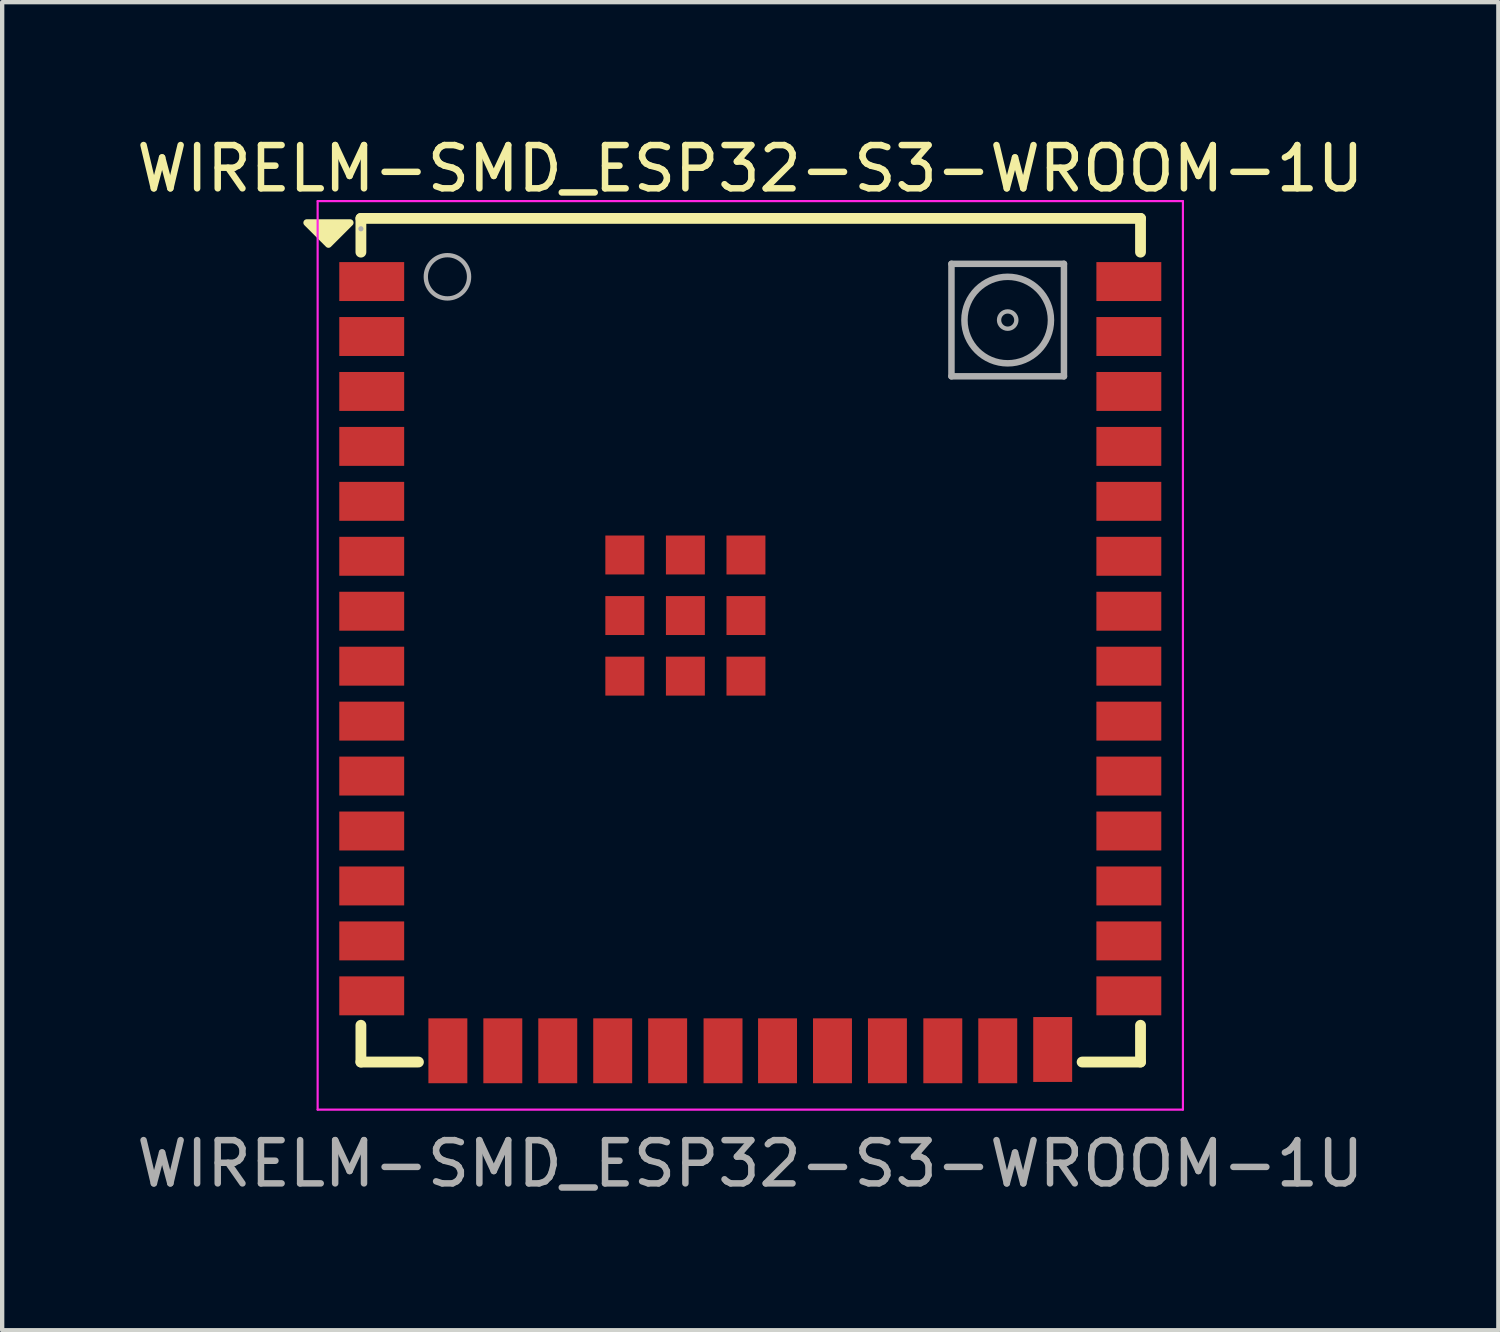
<source format=kicad_pcb>
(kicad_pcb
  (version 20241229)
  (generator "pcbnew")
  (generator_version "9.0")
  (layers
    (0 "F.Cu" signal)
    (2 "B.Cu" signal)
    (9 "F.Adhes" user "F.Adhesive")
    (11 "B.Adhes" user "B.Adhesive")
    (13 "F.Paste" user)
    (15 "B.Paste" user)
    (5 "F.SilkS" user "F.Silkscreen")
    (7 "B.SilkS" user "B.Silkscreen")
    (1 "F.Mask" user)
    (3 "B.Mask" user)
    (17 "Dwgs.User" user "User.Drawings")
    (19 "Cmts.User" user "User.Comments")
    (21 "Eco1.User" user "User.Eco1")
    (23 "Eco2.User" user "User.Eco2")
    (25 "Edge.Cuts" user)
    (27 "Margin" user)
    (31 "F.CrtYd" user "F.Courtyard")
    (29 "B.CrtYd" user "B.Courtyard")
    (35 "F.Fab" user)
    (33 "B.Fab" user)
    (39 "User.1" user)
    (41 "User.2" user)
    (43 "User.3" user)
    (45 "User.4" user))
  (footprint "WIRELM-SMD_ESP32-S3-WROOM-1U"
    (layer "F.Cu")
    (at 14.292 12.348)
    (property "Reference" "WIRELM-SMD_ESP32-S3-WROOM-1U" (at 0 -11.5 0) (layer "F.SilkS") (effects (font (size 1 1) (thickness 0.15))))
    (attr smd)
    (fp_line (start -9 -10.35) (end -9 -9.57) (stroke (width 0.25) (type solid)) (layer "F.SilkS"))
    (fp_line (start -9 -10.35) (end 9.02 -10.35) (stroke (width 0.25) (type solid)) (layer "F.SilkS"))
    (fp_line (start -9 8.3) (end -9 9.15) (stroke (width 0.25) (type solid)) (layer "F.SilkS"))
    (fp_line (start -9 9.15) (end -7.67 9.15) (stroke (width 0.25) (type solid)) (layer "F.SilkS"))
    (fp_line (start 7.67 9.15) (end 9.02 9.15) (stroke (width 0.25) (type solid)) (layer "F.SilkS"))
    (fp_line (start 9.02 -9.57) (end 9.02 -10.35) (stroke (width 0.25) (type solid)) (layer "F.SilkS"))
    (fp_line (start 9.02 9.15) (end 9.02 8.3) (stroke (width 0.25) (type solid)) (layer "F.SilkS"))
    (fp_poly (pts (xy -9.25 -10.25) (xy -9.75 -9.75) (xy -10.25 -10.25)) (stroke (width 0.16) (type solid)) (fill yes) (layer "F.SilkS"))
    (fp_line (start -10 -10.75) (end 10 -10.75) (stroke (width 0.05) (type default)) (layer "F.CrtYd"))
    (fp_line (start -10 10.25) (end -10 -10.75) (stroke (width 0.05) (type default)) (layer "F.CrtYd"))
    (fp_line (start 10 -10.75) (end 10 10.25) (stroke (width 0.05) (type default)) (layer "F.CrtYd"))
    (fp_line (start 10 10.25) (end -10 10.25) (stroke (width 0.05) (type default)) (layer "F.CrtYd"))
    (fp_line (start 4.65 -9.3) (end 7.25 -9.3) (stroke (width 0.15) (type solid)) (layer "F.Fab"))
    (fp_line (start 4.65 -6.7) (end 4.65 -9.3) (stroke (width 0.15) (type solid)) (layer "F.Fab"))
    (fp_line (start 7.25 -9.3) (end 7.25 -6.7) (stroke (width 0.15) (type solid)) (layer "F.Fab"))
    (fp_line (start 7.25 -6.7) (end 4.65 -6.7) (stroke (width 0.15) (type solid)) (layer "F.Fab"))
    (fp_circle (center -9 -10.11) (end -8.97 -10.11) (stroke (width 0.06) (type solid)) (fill no) (layer "F.Fab"))
    (fp_circle (center -7 -9) (end -6.5 -9) (stroke (width 0.1) (type default)) (fill no) (layer "F.Fab"))
    (fp_circle (center 5.95 -8) (end 5.95 -7.8) (stroke (width 0.1) (type solid)) (fill no) (layer "F.Fab"))
    (fp_circle (center 5.95 -8) (end 6.95 -8) (stroke (width 0.15) (type solid)) (fill no) (layer "F.Fab"))
    (fp_text user "${REFERENCE}" (at 0 11.5 0) (layer "F.Fab") (effects (font (size 1 1) (thickness 0.15))))
    (pad "1" smd rect (at -8.75 -8.89) (size 1.5 0.9) (layers "F.Cu" "F.Mask" "F.Paste"))
    (pad "2" smd rect (at -8.75 -7.62) (size 1.5 0.9) (layers "F.Cu" "F.Mask" "F.Paste"))
    (pad "3" smd rect (at -8.75 -6.35) (size 1.5 0.9) (layers "F.Cu" "F.Mask" "F.Paste"))
    (pad "4" smd rect (at -8.75 -5.08) (size 1.5 0.9) (layers "F.Cu" "F.Mask" "F.Paste"))
    (pad "5" smd rect (at -8.75 -3.81) (size 1.5 0.9) (layers "F.Cu" "F.Mask" "F.Paste"))
    (pad "6" smd rect (at -8.75 -2.54) (size 1.5 0.9) (layers "F.Cu" "F.Mask" "F.Paste"))
    (pad "7" smd rect (at -8.75 -1.27) (size 1.5 0.9) (layers "F.Cu" "F.Mask" "F.Paste"))
    (pad "8" smd rect (at -8.75 0) (size 1.5 0.9) (layers "F.Cu" "F.Mask" "F.Paste"))
    (pad "9" smd rect (at -8.75 1.27) (size 1.5 0.9) (layers "F.Cu" "F.Mask" "F.Paste"))
    (pad "10" smd rect (at -8.75 2.54) (size 1.5 0.9) (layers "F.Cu" "F.Mask" "F.Paste"))
    (pad "11" smd rect (at -8.75 3.81) (size 1.5 0.9) (layers "F.Cu" "F.Mask" "F.Paste"))
    (pad "12" smd rect (at -8.75 5.08) (size 1.5 0.9) (layers "F.Cu" "F.Mask" "F.Paste"))
    (pad "13" smd rect (at -8.75 6.35) (size 1.5 0.9) (layers "F.Cu" "F.Mask" "F.Paste"))
    (pad "14" smd rect (at -8.75 7.62) (size 1.5 0.9) (layers "F.Cu" "F.Mask" "F.Paste"))
    (pad "15" smd rect (at -6.99 8.89 90) (size 1.5 0.9) (layers "F.Cu" "F.Mask" "F.Paste"))
    (pad "16" smd rect (at -5.72 8.89 90) (size 1.5 0.9) (layers "F.Cu" "F.Mask" "F.Paste"))
    (pad "17" smd rect (at -4.45 8.89 90) (size 1.5 0.9) (layers "F.Cu" "F.Mask" "F.Paste"))
    (pad "18" smd rect (at -3.18 8.89 90) (size 1.5 0.9) (layers "F.Cu" "F.Mask" "F.Paste"))
    (pad "19" smd rect (at -1.91 8.89 90) (size 1.5 0.9) (layers "F.Cu" "F.Mask" "F.Paste"))
    (pad "20" smd rect (at -0.63 8.89 90) (size 1.5 0.9) (layers "F.Cu" "F.Mask" "F.Paste"))
    (pad "21" smd rect (at 0.63 8.89 90) (size 1.5 0.9) (layers "F.Cu" "F.Mask" "F.Paste"))
    (pad "22" smd rect (at 1.9 8.89 90) (size 1.5 0.9) (layers "F.Cu" "F.Mask" "F.Paste"))
    (pad "23" smd rect (at 3.17 8.89 90) (size 1.5 0.9) (layers "F.Cu" "F.Mask" "F.Paste"))
    (pad "24" smd rect (at 4.45 8.89 90) (size 1.5 0.9) (layers "F.Cu" "F.Mask" "F.Paste"))
    (pad "25" smd rect (at 5.72 8.89 90) (size 1.5 0.9) (layers "F.Cu" "F.Mask" "F.Paste"))
    (pad "26" smd rect (at 6.99 8.86 90) (size 1.5 0.9) (layers "F.Cu" "F.Mask" "F.Paste"))
    (pad "27" smd rect (at 8.75 7.62 180) (size 1.5 0.9) (layers "F.Cu" "F.Mask" "F.Paste"))
    (pad "28" smd rect (at 8.75 6.35 180) (size 1.5 0.9) (layers "F.Cu" "F.Mask" "F.Paste"))
    (pad "29" smd rect (at 8.75 5.08 180) (size 1.5 0.9) (layers "F.Cu" "F.Mask" "F.Paste"))
    (pad "30" smd rect (at 8.75 3.81 180) (size 1.5 0.9) (layers "F.Cu" "F.Mask" "F.Paste"))
    (pad "31" smd rect (at 8.75 2.54 180) (size 1.5 0.9) (layers "F.Cu" "F.Mask" "F.Paste"))
    (pad "32" smd rect (at 8.75 1.27 180) (size 1.5 0.9) (layers "F.Cu" "F.Mask" "F.Paste"))
    (pad "33" smd rect (at 8.75 0 180) (size 1.5 0.9) (layers "F.Cu" "F.Mask" "F.Paste"))
    (pad "34" smd rect (at 8.75 -1.27 180) (size 1.5 0.9) (layers "F.Cu" "F.Mask" "F.Paste"))
    (pad "35" smd rect (at 8.75 -2.54 180) (size 1.5 0.9) (layers "F.Cu" "F.Mask" "F.Paste"))
    (pad "36" smd rect (at 8.75 -3.81 180) (size 1.5 0.9) (layers "F.Cu" "F.Mask" "F.Paste"))
    (pad "37" smd rect (at 8.75 -5.08 180) (size 1.5 0.9) (layers "F.Cu" "F.Mask" "F.Paste"))
    (pad "38" smd rect (at 8.75 -6.35 180) (size 1.5 0.9) (layers "F.Cu" "F.Mask" "F.Paste"))
    (pad "39" smd rect (at 8.75 -7.62 180) (size 1.5 0.9) (layers "F.Cu" "F.Mask" "F.Paste"))
    (pad "40" smd rect (at 8.75 -8.89 180) (size 1.5 0.9) (layers "F.Cu" "F.Mask" "F.Paste"))
    (pad "41" smd rect (at -2.9 -2.57 90) (size 0.9 0.9) (layers "F.Cu" "F.Mask" "F.Paste"))
    (pad "41" smd rect (at -2.9 -1.17 90) (size 0.9 0.9) (layers "F.Cu" "F.Mask" "F.Paste"))
    (pad "41" smd rect (at -2.9 0.23 90) (size 0.9 0.9) (layers "F.Cu" "F.Mask" "F.Paste"))
    (pad "41" smd rect (at -1.5 -2.57 90) (size 0.9 0.9) (layers "F.Cu" "F.Mask" "F.Paste"))
    (pad "41" smd rect (at -1.5 -1.17 90) (size 0.9 0.9) (layers "F.Cu" "F.Mask" "F.Paste"))
    (pad "41" smd rect (at -1.5 0.23 90) (size 0.9 0.9) (layers "F.Cu" "F.Mask" "F.Paste"))
    (pad "41" smd rect (at -0.1 -2.57 90) (size 0.9 0.9) (layers "F.Cu" "F.Mask" "F.Paste"))
    (pad "41" smd rect (at -0.1 -1.17 90) (size 0.9 0.9) (layers "F.Cu" "F.Mask" "F.Paste"))
    (pad "41" smd rect (at -0.1 0.23 90) (size 0.9 0.9) (layers "F.Cu" "F.Mask" "F.Paste")))
  (gr_rect
    (start -3 -3)
    (end 31.583 27.697)
    (stroke (width 0.1) (type default))
    (fill no)
    (layer "Edge.Cuts")))
</source>
